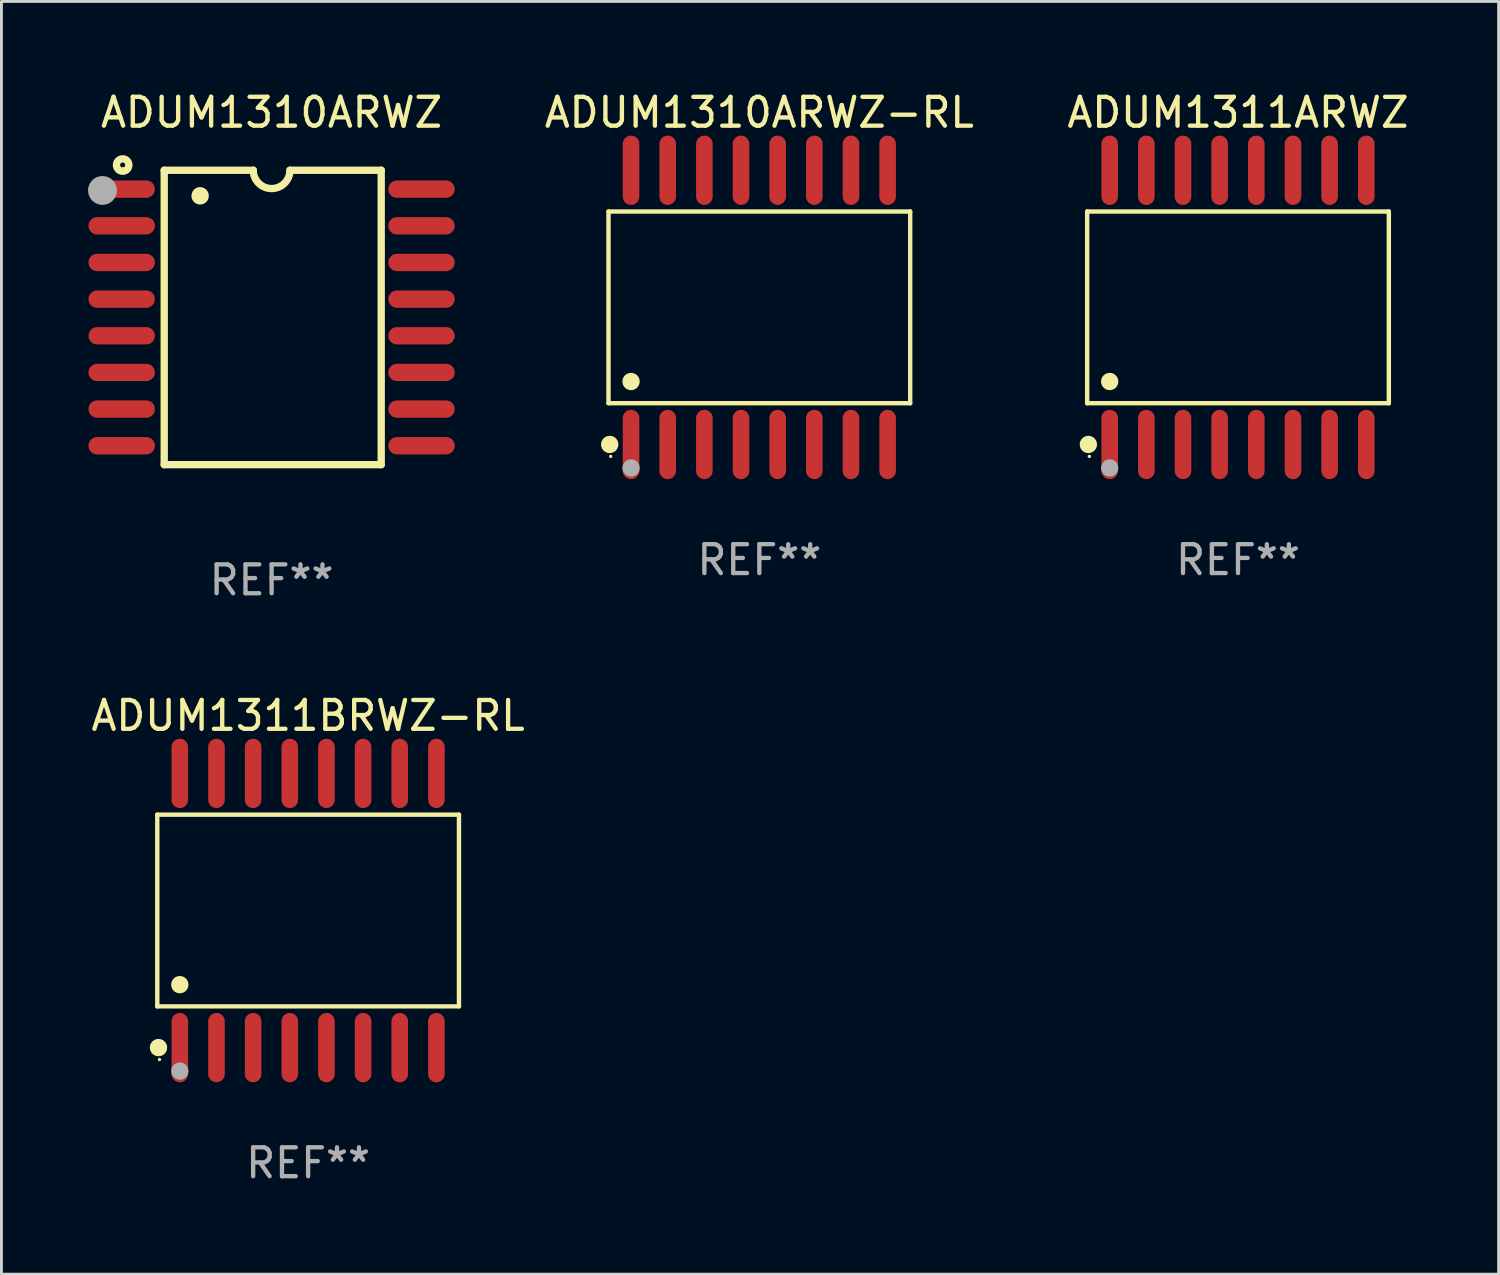
<source format=kicad_pcb>
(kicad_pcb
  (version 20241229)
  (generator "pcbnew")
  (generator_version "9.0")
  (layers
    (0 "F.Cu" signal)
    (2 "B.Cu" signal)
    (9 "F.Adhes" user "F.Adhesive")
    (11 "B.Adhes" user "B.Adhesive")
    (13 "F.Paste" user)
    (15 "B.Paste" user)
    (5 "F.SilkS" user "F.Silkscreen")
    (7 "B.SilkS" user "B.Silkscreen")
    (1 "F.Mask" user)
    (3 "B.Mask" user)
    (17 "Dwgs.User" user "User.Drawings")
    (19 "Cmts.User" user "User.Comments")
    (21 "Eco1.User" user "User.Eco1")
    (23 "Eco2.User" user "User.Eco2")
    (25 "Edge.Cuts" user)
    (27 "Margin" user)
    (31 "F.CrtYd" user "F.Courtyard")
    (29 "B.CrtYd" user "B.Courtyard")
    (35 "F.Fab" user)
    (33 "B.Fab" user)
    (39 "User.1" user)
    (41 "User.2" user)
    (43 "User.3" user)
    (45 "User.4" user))
  (footprint "ADUM1311BRWZ-RL"
    (layer "F.Cu")
    (at 7.625 28.495)
    (property "Reference" "ADUM1311BRWZ-RL" (at 0 -6.75 0) (layer "F.SilkS") (effects (font (size 1 1) (thickness 0.15))))
    (attr through_hole)
    (fp_line (start -5.226 -3.321) (end 5.226 -3.321) (stroke (width 0.152) (type solid)) (layer "F.SilkS"))
    (fp_line (start -5.226 3.321) (end -5.226 -3.321) (stroke (width 0.152) (type solid)) (layer "F.SilkS"))
    (fp_line (start 5.226 -3.321) (end 5.226 3.321) (stroke (width 0.152) (type solid)) (layer "F.SilkS"))
    (fp_line (start 5.226 3.321) (end -5.226 3.321) (stroke (width 0.152) (type solid)) (layer "F.SilkS"))
    (fp_circle (center -5.184 4.75) (end -5.034 4.75) (stroke (width 0.3) (type solid)) (fill no) (layer "F.SilkS"))
    (fp_circle (center -5.15 5.163) (end -5.12 5.163) (stroke (width 0.06) (type solid)) (fill no) (layer "F.SilkS"))
    (fp_circle (center -4.445 2.569) (end -4.295 2.569) (stroke (width 0.3) (type solid)) (fill no) (layer "F.SilkS"))
    (fp_circle (center -4.445 5.563) (end -4.295 5.563) (stroke (width 0.3) (type solid)) (fill no) (layer "F.Fab"))
    (fp_text user "REF**" (at 0 8.75 0) (layer "F.Fab") (effects (font (size 1 1) (thickness 0.15))))
    (pad "1" smd oval (at -4.445 4.75) (size 0.574 2.401) (layers "F.Cu" "F.Mask" "F.Paste"))
    (pad "2" smd oval (at -3.175 4.75) (size 0.574 2.401) (layers "F.Cu" "F.Mask" "F.Paste"))
    (pad "3" smd oval (at -1.905 4.75) (size 0.574 2.401) (layers "F.Cu" "F.Mask" "F.Paste"))
    (pad "4" smd oval (at -0.635 4.75) (size 0.574 2.401) (layers "F.Cu" "F.Mask" "F.Paste"))
    (pad "5" smd oval (at 0.635 4.75) (size 0.574 2.401) (layers "F.Cu" "F.Mask" "F.Paste"))
    (pad "6" smd oval (at 1.905 4.75) (size 0.574 2.401) (layers "F.Cu" "F.Mask" "F.Paste"))
    (pad "7" smd oval (at 3.175 4.75) (size 0.574 2.401) (layers "F.Cu" "F.Mask" "F.Paste"))
    (pad "8" smd oval (at 4.445 4.75) (size 0.574 2.401) (layers "F.Cu" "F.Mask" "F.Paste"))
    (pad "9" smd oval (at 4.445 -4.75) (size 0.574 2.401) (layers "F.Cu" "F.Mask" "F.Paste"))
    (pad "10" smd oval (at 3.175 -4.75) (size 0.574 2.401) (layers "F.Cu" "F.Mask" "F.Paste"))
    (pad "11" smd oval (at 1.905 -4.75) (size 0.574 2.401) (layers "F.Cu" "F.Mask" "F.Paste"))
    (pad "12" smd oval (at 0.635 -4.75) (size 0.574 2.401) (layers "F.Cu" "F.Mask" "F.Paste"))
    (pad "13" smd oval (at -0.635 -4.75) (size 0.574 2.401) (layers "F.Cu" "F.Mask" "F.Paste"))
    (pad "14" smd oval (at -1.905 -4.75) (size 0.574 2.401) (layers "F.Cu" "F.Mask" "F.Paste"))
    (pad "15" smd oval (at -3.175 -4.75) (size 0.574 2.401) (layers "F.Cu" "F.Mask" "F.Paste"))
    (pad "16" smd oval (at -4.445 -4.75) (size 0.574 2.401) (layers "F.Cu" "F.Mask" "F.Paste")))
  (footprint "ADUM1310ARWZ-RL"
    (layer "F.Cu")
    (at 23.258 7.599)
    (property "Reference" "ADUM1310ARWZ-RL" (at 0 -6.75 0) (layer "F.SilkS") (effects (font (size 1 1) (thickness 0.15))))
    (attr through_hole)
    (fp_line (start -5.226 -3.321) (end 5.226 -3.321) (stroke (width 0.152) (type solid)) (layer "F.SilkS"))
    (fp_line (start -5.226 3.321) (end -5.226 -3.321) (stroke (width 0.152) (type solid)) (layer "F.SilkS"))
    (fp_line (start 5.226 -3.321) (end 5.226 3.321) (stroke (width 0.152) (type solid)) (layer "F.SilkS"))
    (fp_line (start 5.226 3.321) (end -5.226 3.321) (stroke (width 0.152) (type solid)) (layer "F.SilkS"))
    (fp_circle (center -5.184 4.75) (end -5.034 4.75) (stroke (width 0.3) (type solid)) (fill no) (layer "F.SilkS"))
    (fp_circle (center -5.15 5.163) (end -5.12 5.163) (stroke (width 0.06) (type solid)) (fill no) (layer "F.SilkS"))
    (fp_circle (center -4.445 2.569) (end -4.295 2.569) (stroke (width 0.3) (type solid)) (fill no) (layer "F.SilkS"))
    (fp_circle (center -4.445 5.563) (end -4.295 5.563) (stroke (width 0.3) (type solid)) (fill no) (layer "F.Fab"))
    (fp_text user "REF**" (at 0 8.75 0) (layer "F.Fab") (effects (font (size 1 1) (thickness 0.15))))
    (pad "1" smd oval (at -4.445 4.75) (size 0.574 2.401) (layers "F.Cu" "F.Mask" "F.Paste"))
    (pad "2" smd oval (at -3.175 4.75) (size 0.574 2.401) (layers "F.Cu" "F.Mask" "F.Paste"))
    (pad "3" smd oval (at -1.905 4.75) (size 0.574 2.401) (layers "F.Cu" "F.Mask" "F.Paste"))
    (pad "4" smd oval (at -0.635 4.75) (size 0.574 2.401) (layers "F.Cu" "F.Mask" "F.Paste"))
    (pad "5" smd oval (at 0.635 4.75) (size 0.574 2.401) (layers "F.Cu" "F.Mask" "F.Paste"))
    (pad "6" smd oval (at 1.905 4.75) (size 0.574 2.401) (layers "F.Cu" "F.Mask" "F.Paste"))
    (pad "7" smd oval (at 3.175 4.75) (size 0.574 2.401) (layers "F.Cu" "F.Mask" "F.Paste"))
    (pad "8" smd oval (at 4.445 4.75) (size 0.574 2.401) (layers "F.Cu" "F.Mask" "F.Paste"))
    (pad "9" smd oval (at 4.445 -4.75) (size 0.574 2.401) (layers "F.Cu" "F.Mask" "F.Paste"))
    (pad "10" smd oval (at 3.175 -4.75) (size 0.574 2.401) (layers "F.Cu" "F.Mask" "F.Paste"))
    (pad "11" smd oval (at 1.905 -4.75) (size 0.574 2.401) (layers "F.Cu" "F.Mask" "F.Paste"))
    (pad "12" smd oval (at 0.635 -4.75) (size 0.574 2.401) (layers "F.Cu" "F.Mask" "F.Paste"))
    (pad "13" smd oval (at -0.635 -4.75) (size 0.574 2.401) (layers "F.Cu" "F.Mask" "F.Paste"))
    (pad "14" smd oval (at -1.905 -4.75) (size 0.574 2.401) (layers "F.Cu" "F.Mask" "F.Paste"))
    (pad "15" smd oval (at -3.175 -4.75) (size 0.574 2.401) (layers "F.Cu" "F.Mask" "F.Paste"))
    (pad "16" smd oval (at -4.445 -4.75) (size 0.574 2.401) (layers "F.Cu" "F.Mask" "F.Paste")))
  (footprint "ADUM1311ARWZ"
    (layer "F.Cu")
    (at 39.841 7.599)
    (property "Reference" "ADUM1311ARWZ" (at 0 -6.75 0) (layer "F.SilkS") (effects (font (size 1 1) (thickness 0.15))))
    (attr through_hole)
    (fp_line (start -5.226 -3.321) (end 5.226 -3.321) (stroke (width 0.152) (type solid)) (layer "F.SilkS"))
    (fp_line (start -5.226 3.321) (end -5.226 -3.321) (stroke (width 0.152) (type solid)) (layer "F.SilkS"))
    (fp_line (start 5.226 -3.321) (end 5.226 3.321) (stroke (width 0.152) (type solid)) (layer "F.SilkS"))
    (fp_line (start 5.226 3.321) (end -5.226 3.321) (stroke (width 0.152) (type solid)) (layer "F.SilkS"))
    (fp_circle (center -5.184 4.75) (end -5.034 4.75) (stroke (width 0.3) (type solid)) (fill no) (layer "F.SilkS"))
    (fp_circle (center -5.15 5.163) (end -5.12 5.163) (stroke (width 0.06) (type solid)) (fill no) (layer "F.SilkS"))
    (fp_circle (center -4.445 2.569) (end -4.295 2.569) (stroke (width 0.3) (type solid)) (fill no) (layer "F.SilkS"))
    (fp_circle (center -4.445 5.563) (end -4.295 5.563) (stroke (width 0.3) (type solid)) (fill no) (layer "F.Fab"))
    (fp_text user "REF**" (at 0 8.75 0) (layer "F.Fab") (effects (font (size 1 1) (thickness 0.15))))
    (pad "1" smd oval (at -4.445 4.75) (size 0.574 2.401) (layers "F.Cu" "F.Mask" "F.Paste"))
    (pad "2" smd oval (at -3.175 4.75) (size 0.574 2.401) (layers "F.Cu" "F.Mask" "F.Paste"))
    (pad "3" smd oval (at -1.905 4.75) (size 0.574 2.401) (layers "F.Cu" "F.Mask" "F.Paste"))
    (pad "4" smd oval (at -0.635 4.75) (size 0.574 2.401) (layers "F.Cu" "F.Mask" "F.Paste"))
    (pad "5" smd oval (at 0.635 4.75) (size 0.574 2.401) (layers "F.Cu" "F.Mask" "F.Paste"))
    (pad "6" smd oval (at 1.905 4.75) (size 0.574 2.401) (layers "F.Cu" "F.Mask" "F.Paste"))
    (pad "7" smd oval (at 3.175 4.75) (size 0.574 2.401) (layers "F.Cu" "F.Mask" "F.Paste"))
    (pad "8" smd oval (at 4.445 4.75) (size 0.574 2.401) (layers "F.Cu" "F.Mask" "F.Paste"))
    (pad "9" smd oval (at 4.445 -4.75) (size 0.574 2.401) (layers "F.Cu" "F.Mask" "F.Paste"))
    (pad "10" smd oval (at 3.175 -4.75) (size 0.574 2.401) (layers "F.Cu" "F.Mask" "F.Paste"))
    (pad "11" smd oval (at 1.905 -4.75) (size 0.574 2.401) (layers "F.Cu" "F.Mask" "F.Paste"))
    (pad "12" smd oval (at 0.635 -4.75) (size 0.574 2.401) (layers "F.Cu" "F.Mask" "F.Paste"))
    (pad "13" smd oval (at -0.635 -4.75) (size 0.574 2.401) (layers "F.Cu" "F.Mask" "F.Paste"))
    (pad "14" smd oval (at -1.905 -4.75) (size 0.574 2.401) (layers "F.Cu" "F.Mask" "F.Paste"))
    (pad "15" smd oval (at -3.175 -4.75) (size 0.574 2.401) (layers "F.Cu" "F.Mask" "F.Paste"))
    (pad "16" smd oval (at -4.445 -4.75) (size 0.574 2.401) (layers "F.Cu" "F.Mask" "F.Paste")))
  (footprint "ADUM1310ARWZ"
    (layer "F.Cu")
    (at 6.36 7.948)
    (property "Reference" "ADUM1310ARWZ" (at 0 -7.1 0) (layer "F.SilkS") (effects (font (size 1 1) (thickness 0.15))))
    (attr through_hole)
    (fp_line (start -3.721 -5.1) (end -3.721 5.1) (stroke (width 0.254) (type solid)) (layer "F.SilkS"))
    (fp_line (start -3.721 -5.1) (end -0.635 -5.1) (stroke (width 0.254) (type solid)) (layer "F.SilkS"))
    (fp_line (start -3.721 5.1) (end 3.797 5.1) (stroke (width 0.254) (type solid)) (layer "F.SilkS"))
    (fp_line (start 3.797 -5.1) (end 0.635 -5.1) (stroke (width 0.254) (type solid)) (layer "F.SilkS"))
    (fp_line (start 3.797 5.1) (end 3.797 -5.1) (stroke (width 0.254) (type solid)) (layer "F.SilkS"))
    (fp_arc (start -2.476556 -4.211328) (mid -2.476567 -4.213868) (end -2.476556 -4.216408) (stroke (width 0.6) (type solid)) (layer "F.SilkS"))
    (fp_arc (start 0.63495 -5.100076) (mid -0.000178 -4.465329) (end -0.635052 -5.10033) (stroke (width 0.254001) (type solid)) (layer "F.SilkS"))
    (fp_circle (center -5.16 -5.28) (end -4.945 -5.28) (stroke (width 0.254) (type solid)) (fill no) (layer "F.SilkS"))
    (fp_circle (center -5.15 -5.15) (end -5.12 -5.15) (stroke (width 0.06) (type solid)) (fill no) (layer "F.SilkS"))
    (fp_circle (center -5.86 -4.4) (end -5.61 -4.4) (stroke (width 0.5) (type solid)) (fill no) (layer "F.Fab"))
    (fp_text user "REF**" (at 0 9.1 0) (layer "F.Fab") (effects (font (size 1 1) (thickness 0.15))))
    (pad "1" smd oval (at -5.194 -4.445) (size 2.3 0.6) (layers "F.Cu" "F.Mask" "F.Paste"))
    (pad "2" smd oval (at -5.194 -3.175) (size 2.3 0.6) (layers "F.Cu" "F.Mask" "F.Paste"))
    (pad "3" smd oval (at -5.194 -1.905) (size 2.3 0.6) (layers "F.Cu" "F.Mask" "F.Paste"))
    (pad "4" smd oval (at -5.194 -0.635) (size 2.3 0.6) (layers "F.Cu" "F.Mask" "F.Paste"))
    (pad "5" smd oval (at -5.194 0.635) (size 2.3 0.6) (layers "F.Cu" "F.Mask" "F.Paste"))
    (pad "6" smd oval (at -5.194 1.905) (size 2.3 0.6) (layers "F.Cu" "F.Mask" "F.Paste"))
    (pad "7" smd oval (at -5.194 3.175) (size 2.3 0.6) (layers "F.Cu" "F.Mask" "F.Paste"))
    (pad "8" smd oval (at -5.194 4.445) (size 2.3 0.6) (layers "F.Cu" "F.Mask" "F.Paste"))
    (pad "9" smd oval (at 5.194 4.445) (size 2.3 0.6) (layers "F.Cu" "F.Mask" "F.Paste"))
    (pad "10" smd oval (at 5.194 3.175) (size 2.3 0.6) (layers "F.Cu" "F.Mask" "F.Paste"))
    (pad "11" smd oval (at 5.194 1.905) (size 2.3 0.6) (layers "F.Cu" "F.Mask" "F.Paste"))
    (pad "12" smd oval (at 5.194 0.635) (size 2.3 0.6) (layers "F.Cu" "F.Mask" "F.Paste"))
    (pad "13" smd oval (at 5.194 -0.635) (size 2.3 0.6) (layers "F.Cu" "F.Mask" "F.Paste"))
    (pad "14" smd oval (at 5.194 -1.905) (size 2.3 0.6) (layers "F.Cu" "F.Mask" "F.Paste"))
    (pad "15" smd oval (at 5.194 -3.175) (size 2.3 0.6) (layers "F.Cu" "F.Mask" "F.Paste"))
    (pad "16" smd oval (at 5.194 -4.445) (size 2.3 0.6) (layers "F.Cu" "F.Mask" "F.Paste")))
  (gr_rect
    (start -3 -3)
    (end 48.871 41.094)
    (stroke (width 0.1) (type default))
    (fill no)
    (layer "Edge.Cuts")))
</source>
